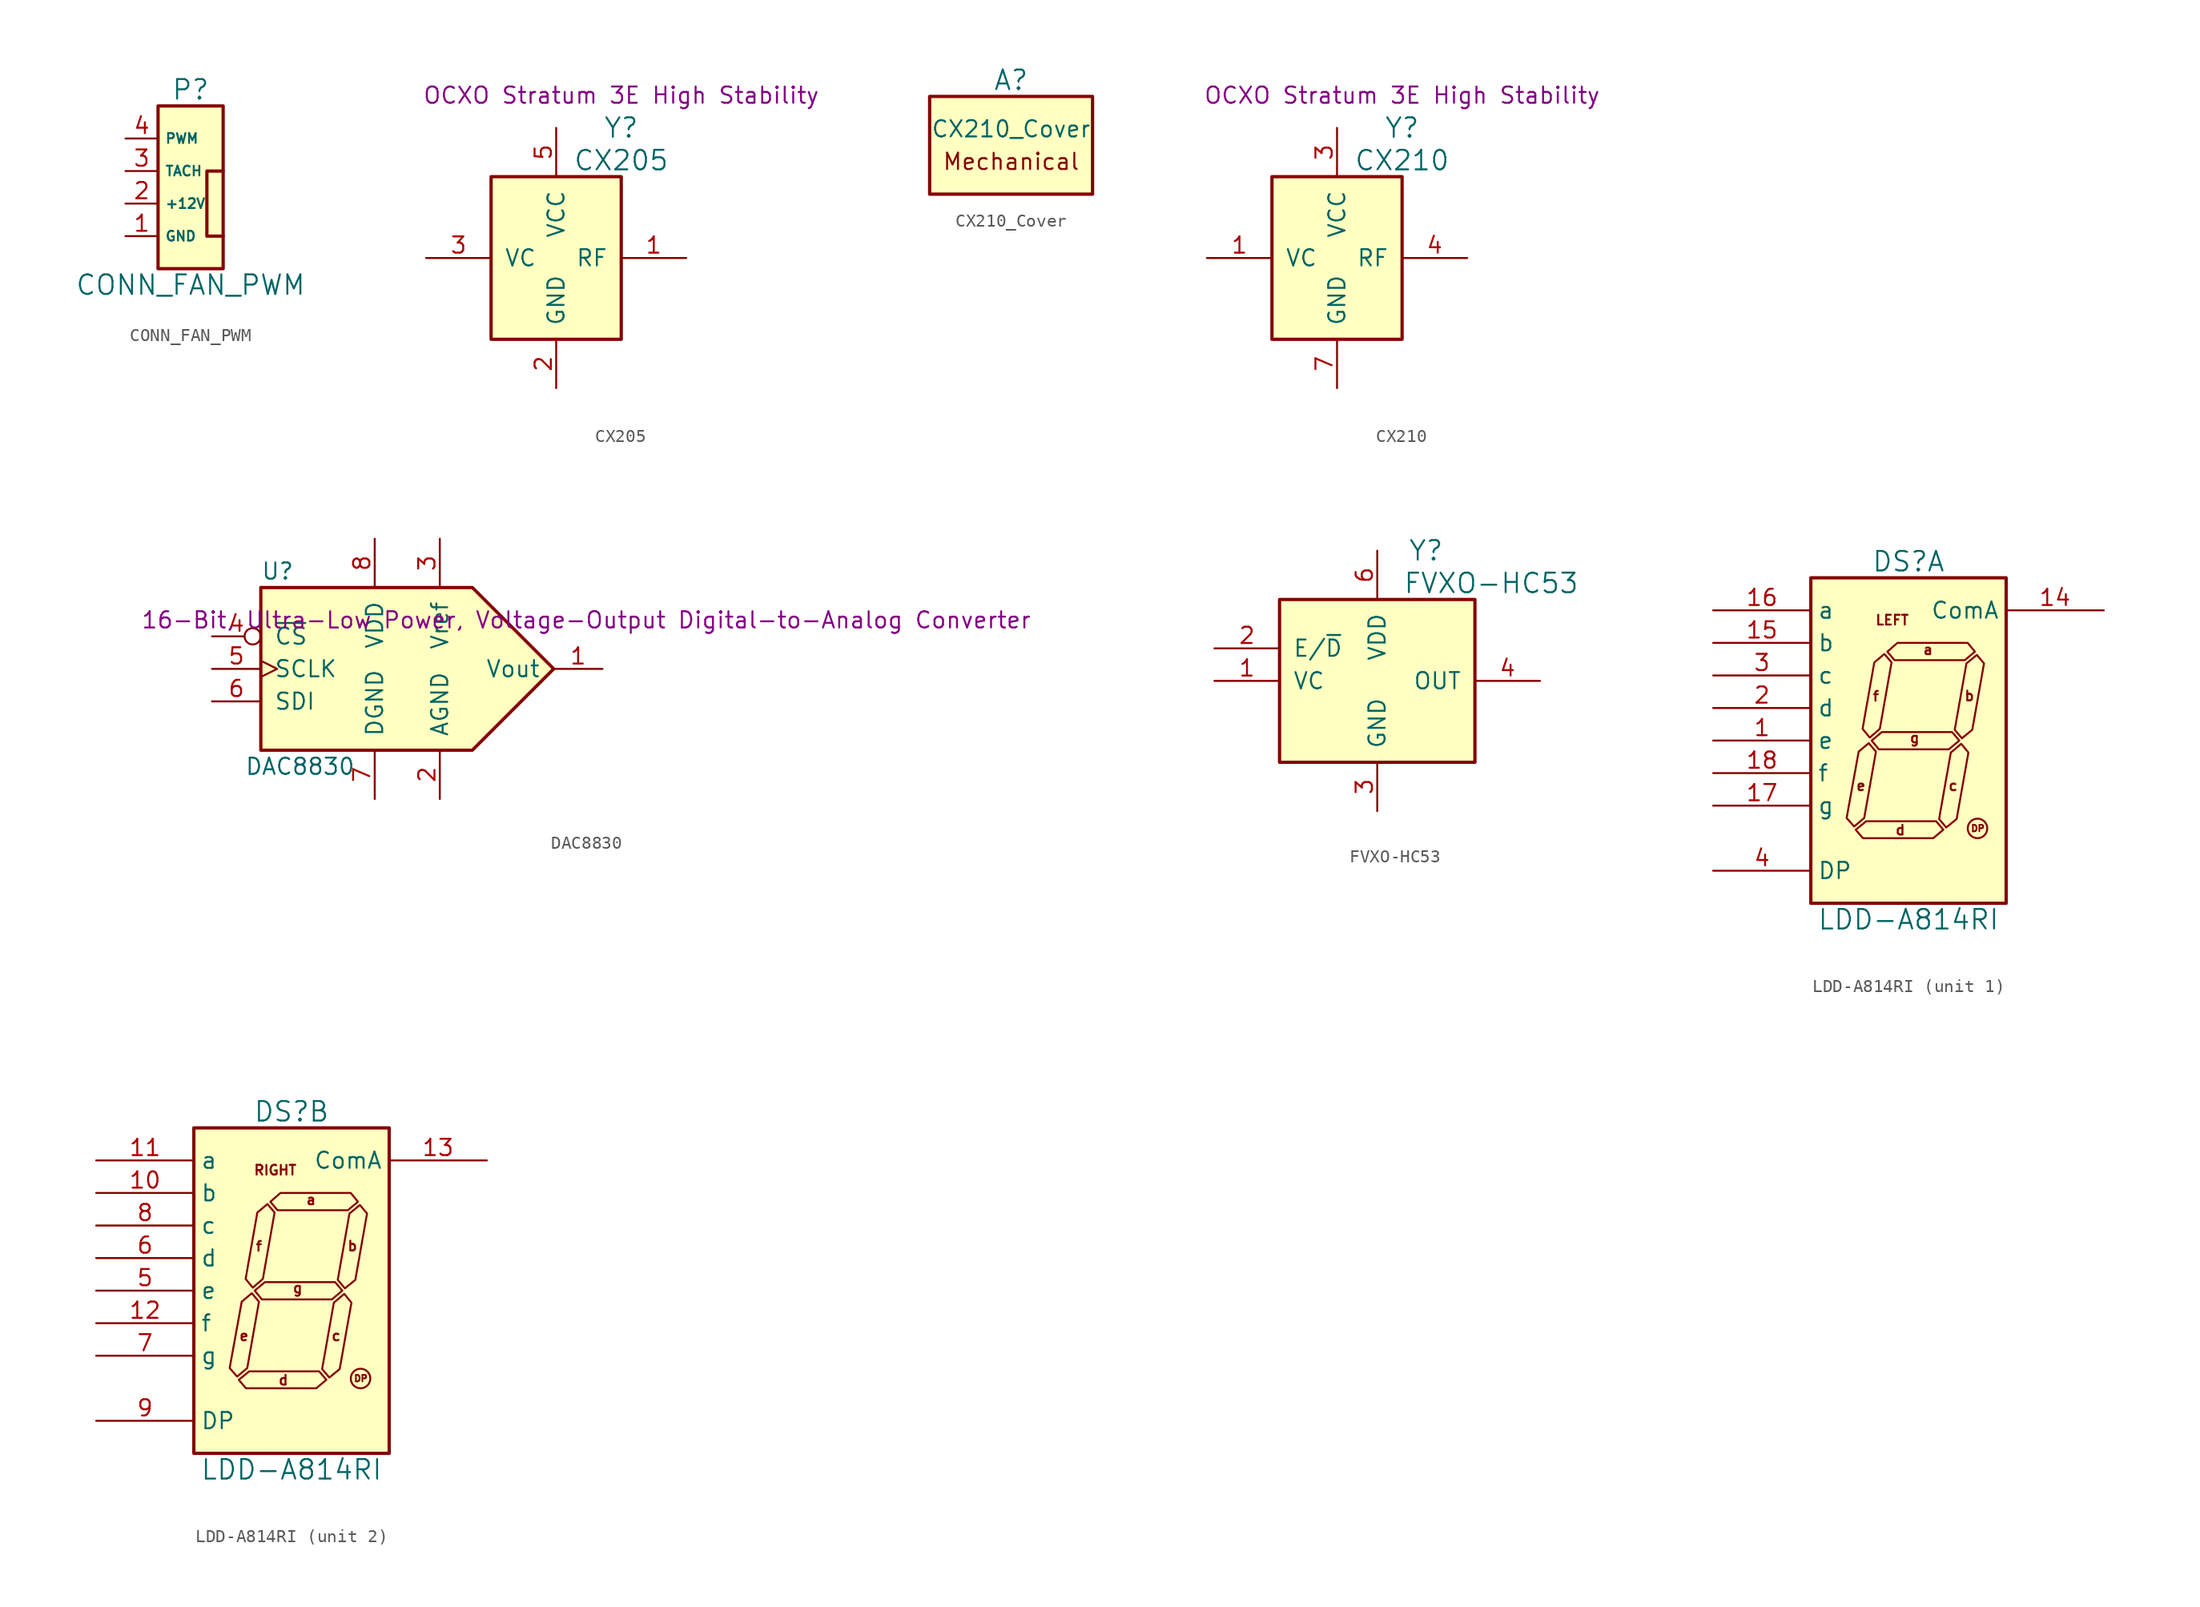
<source format=kicad_sym>
(kicad_symbol_lib
  (version 20231120)
  (generator "kicad_symbol_editor")
  (generator_version "8.0")
  (symbol "CONN_FAN_PWM"
    (property "Reference" "P"
      (at 0 7.62 0)
      (effects (font (size 1.524 1.524))))
    (property "Value" "CONN_FAN_PWM"
      (at 0 -7.62 0)
      (effects (font (size 1.524 1.524))))
    (symbol "CONN_FAN_PWM_0_1"
      (polyline (pts (xy 2.54 1.27) (xy 1.27 1.27) (xy 1.27 -3.81) (xy 2.54 -3.81)) (stroke (width 0.254) (type solid)) (fill (type none))))
    (symbol "CONN_FAN_PWM_1_1"
      (rectangle (start -2.54 6.35) (end 2.54 -6.35) (stroke (width 0.254) (type solid)) (fill (type background)))
      (pin power_in line (at -5.08 -3.81 0) (length 2.54) (name "GND" (effects (font (size 0.762 0.762)))) (number "1" (effects (font (size 1.27 1.27)))))
      (pin power_in line (at -5.08 -1.27 0) (length 2.54) (name "+12V" (effects (font (size 0.762 0.762)))) (number "2" (effects (font (size 1.27 1.27)))))
      (pin output line (at -5.08 1.27 0) (length 2.54) (name "TACH" (effects (font (size 0.762 0.762)))) (number "3" (effects (font (size 1.27 1.27)))))
      (pin input line (at -5.08 3.81 0) (length 2.54) (name "PWM" (effects (font (size 0.762 0.762)))) (number "4" (effects (font (size 1.27 1.27)))))))
  (symbol "CX205"
    (pin_names
      (offset 1.016))
    (property "Reference" "Y"
      (at 5.08 10.16 0)
      (effects (font (size 1.524 1.524))))
    (property "Value" "CX205"
      (at 5.08 7.62 0)
      (effects (font (size 1.524 1.524))))
    (property "Description" "OCXO Stratum 3E High Stability"
      (at 5.08 12.7 0)
      (effects (font (size 1.27 1.27))))
    (symbol "CX205_0_1"
      (rectangle (start -5.08 -6.35) (end 5.08 6.35) (stroke (width 0.254) (type solid)) (fill (type background))))
    (symbol "CX205_1_1"
      (pin output line (at 10.16 0 180) (length 5.08) (name "RF" (effects (font (size 1.27 1.27)))) (number "1" (effects (font (size 1.27 1.27)))))
      (pin power_in line (at 0 -10.16 90) (length 3.81) (name "GND" (effects (font (size 1.27 1.27)))) (number "2" (effects (font (size 1.27 1.27)))))
      (pin input line (at -10.16 0 0) (length 5.08) (name "VC" (effects (font (size 1.27 1.27)))) (number "3" (effects (font (size 1.27 1.27)))))
      (pin no_connect line (at -10.16 -2.54 0) (length 5.08) hide (name "NC" (effects (font (size 1.27 1.27)))) (number "4" (effects (font (size 1.27 1.27)))))
      (pin power_in line (at 0 10.16 270) (length 3.81) (name "VCC" (effects (font (size 1.27 1.27)))) (number "5" (effects (font (size 1.27 1.27)))))))
  (symbol "CX210_Cover"
    (pin_names
      (offset 1.016))
    (property "Reference" "A"
      (at 0 5.08 0)
      (effects (font (size 1.524 1.524))))
    (property "Value" "CX210_Cover"
      (at 0 1.27 0)
      (effects (font (size 1.27 1.27))))
    (symbol "CX210_Cover_0_0"
      (text "Mechanical" (at 0 -1.27 0) (effects (font (size 1.27 1.27)))))
    (symbol "CX210_Cover_1_1"
      (rectangle (start -6.35 3.81) (end 6.35 -3.81) (stroke (width 0.254) (type solid)) (fill (type background)))))
  (symbol "CX210"
    (pin_names
      (offset 1.016))
    (property "Reference" "Y"
      (at 5.08 10.16 0)
      (effects (font (size 1.524 1.524))))
    (property "Value" "CX210"
      (at 5.08 7.62 0)
      (effects (font (size 1.524 1.524))))
    (property "Description" "OCXO Stratum 3E High Stability"
      (at 5.08 12.7 0)
      (effects (font (size 1.27 1.27))))
    (symbol "CX210_1_1"
      (rectangle (start -5.08 6.35) (end 5.08 -6.35) (stroke (width 0.254) (type solid)) (fill (type background)))
      (pin input line (at -10.16 0 0) (length 5.08) (name "VC" (effects (font (size 1.27 1.27)))) (number "1" (effects (font (size 1.27 1.27)))))
      (pin no_connect line (at -10.16 5.08 0) (length 5.08) hide (name "NC" (effects (font (size 1.27 1.27)))) (number "2" (effects (font (size 1.27 1.27)))))
      (pin power_in line (at 0 10.16 270) (length 3.81) (name "VCC" (effects (font (size 1.27 1.27)))) (number "3" (effects (font (size 1.27 1.27)))))
      (pin output line (at 10.16 0 180) (length 5.08) (name "RF" (effects (font (size 1.27 1.27)))) (number "4" (effects (font (size 1.27 1.27)))))
      (pin no_connect line (at -10.16 2.54 0) (length 5.08) hide (name "NC" (effects (font (size 1.27 1.27)))) (number "5" (effects (font (size 1.27 1.27)))))
      (pin no_connect line (at -10.16 -2.54 0) (length 5.08) hide (name "NC" (effects (font (size 1.27 1.27)))) (number "6" (effects (font (size 1.27 1.27)))))
      (pin power_in line (at 0 -10.16 90) (length 3.81) (name "GND" (effects (font (size 1.27 1.27)))) (number "7" (effects (font (size 1.27 1.27)))))))
  (symbol "DAC8830"
    (pin_names
      (offset 1.016))
    (property "Reference" "U"
      (at -11.43 7.62 0)
      (effects (font (size 1.27 1.27)) (justify left)))
    (property "Value" "DAC8830"
      (at -12.7 -7.62 0)
      (effects (font (size 1.27 1.27)) (justify left)))
    (property "Description" "16-Bit, Ultra-Low Power, Voltage-Output Digital-to-Analog Converter"
      (at 13.97 3.81 0)
      (effects (font (size 1.27 1.27))))
    (symbol "DAC8830_1_1"
      (polyline (pts (xy -11.43 6.35) (xy 5.08 6.35) (xy 11.43 0) (xy 5.08 -6.35) (xy -11.43 -6.35) (xy -11.43 6.35)) (stroke (width 0.254) (type solid)) (fill (type background)))
      (pin output line (at 15.24 0 180) (length 3.81) (name "Vout" (effects (font (size 1.27 1.27)))) (number "1" (effects (font (size 1.27 1.27)))))
      (pin power_in line (at 2.54 -10.16 90) (length 3.81) (name "AGND" (effects (font (size 1.27 1.27)))) (number "2" (effects (font (size 1.27 1.27)))))
      (pin power_in line (at 2.54 10.16 270) (length 3.81) (name "Vref" (effects (font (size 1.27 1.27)))) (number "3" (effects (font (size 1.27 1.27)))))
      (pin input inverted (at -15.24 2.54 0) (length 3.81) (name "~{CS}" (effects (font (size 1.27 1.27)))) (number "4" (effects (font (size 1.27 1.27)))))
      (pin input clock (at -15.24 0 0) (length 3.81) (name "SCLK" (effects (font (size 1.27 1.27)))) (number "5" (effects (font (size 1.27 1.27)))))
      (pin input line (at -15.24 -2.54 0) (length 3.81) (name "SDI" (effects (font (size 1.27 1.27)))) (number "6" (effects (font (size 1.27 1.27)))))
      (pin power_in line (at -2.54 -10.16 90) (length 3.81) (name "DGND" (effects (font (size 1.27 1.27)))) (number "7" (effects (font (size 1.27 1.27)))))
      (pin power_in line (at -2.54 10.16 270) (length 3.81) (name "VDD" (effects (font (size 1.27 1.27)))) (number "8" (effects (font (size 1.27 1.27)))))))
  (symbol "FVXO-HC53"
    (pin_names
      (offset 1.016))
    (property "Reference" "Y"
      (at 3.81 10.16 0)
      (effects (font (size 1.524 1.524))))
    (property "Value" "FVXO-HC53"
      (at 8.89 7.62 0)
      (effects (font (size 1.524 1.524))))
    (symbol "FVXO-HC53_1_1"
      (rectangle (start -7.62 6.35) (end 7.62 -6.35) (stroke (width 0.254) (type solid)) (fill (type background)))
      (pin input line (at -12.7 0 0) (length 5.08) (name "VC" (effects (font (size 1.27 1.27)))) (number "1" (effects (font (size 1.27 1.27)))))
      (pin input line (at -12.7 2.54 0) (length 5.08) (name "E/~{D}" (effects (font (size 1.27 1.27)))) (number "2" (effects (font (size 1.27 1.27)))))
      (pin power_in line (at 0 -10.16 90) (length 3.81) (name "GND" (effects (font (size 1.27 1.27)))) (number "3" (effects (font (size 1.27 1.27)))))
      (pin output line (at 12.7 0 180) (length 5.08) (name "OUT" (effects (font (size 1.27 1.27)))) (number "4" (effects (font (size 1.27 1.27)))))
      (pin no_connect line (at -12.7 -2.54 0) (length 5.08) hide (name "NC" (effects (font (size 1.27 1.27)))) (number "5" (effects (font (size 1.27 1.27)))))
      (pin power_in line (at 0 10.16 270) (length 3.81) (name "VDD" (effects (font (size 1.27 1.27)))) (number "6" (effects (font (size 1.27 1.27)))))))
  (symbol "LDD-A814RI"
    (property "Reference" "DS"
      (at 0 13.97 0)
      (effects (font (size 1.524 1.524))))
    (property "Value" "LDD-A814RI"
      (at 0 -13.97 0)
      (effects (font (size 1.524 1.524))))
    (property "ki_locked" ""
      (at 0 0 0)
      (effects (font (size 1.27 1.27))))
    (symbol "LDD-A814RI_0_0"
      (text "a" (at 1.524 7.087 0) (effects (font (size 0.762 0.762))))
      (text "b" (at 4.75 3.48 0) (effects (font (size 0.762 0.762))))
      (text "c" (at 3.48 -3.531 0) (effects (font (size 0.762 0.762))))
      (text "d" (at -0.635 -6.985 0) (effects (font (size 0.762 0.762))))
      (text "DP" (at 5.41 -6.858 0) (effects (font (size 0.508 0.508))))
      (text "e" (at -3.708 -3.531 0) (effects (font (size 0.762 0.762))))
      (text "f" (at -2.54 3.454 0) (effects (font (size 0.762 0.762))))
      (text "g" (at 0.483 0.203 0) (effects (font (size 0.762 0.762)))))
    (symbol "LDD-A814RI_0_1"
      (rectangle (start -7.62 12.7) (end 7.62 -12.7) (stroke (width 0.254) (type solid)) (fill (type background)))
      (polyline (pts (xy -4.826 -6.045) (xy -3.886 -0.864) (xy -3.099 -0.203) (xy -2.54 -0.864) (xy -3.454 -6.045) (xy -4.242 -6.706) (xy -4.826 -6.045)) (stroke (width 0) (type solid)) (fill (type none)))
      (polyline (pts (xy -3.581 0.914) (xy -2.667 6.096) (xy -1.88 6.756) (xy -1.321 6.096) (xy -2.235 0.914) (xy -3.023 0.229) (xy -3.581 0.914)) (stroke (width 0) (type solid)) (fill (type none)))
      (polyline (pts (xy -2.083 0.66) (xy 3.404 0.66) (xy 3.962 0) (xy 3.15 -0.686) (xy -2.311 -0.686) (xy -2.87 0) (xy -2.083 0.66)) (stroke (width 0) (type solid)) (fill (type none)))
      (polyline (pts (xy -0.864 7.62) (xy 4.623 7.62) (xy 5.182 6.934) (xy 4.394 6.274) (xy -1.092 6.274) (xy -1.651 6.934) (xy -0.864 7.62)) (stroke (width 0) (type solid)) (fill (type none)))
      (polyline (pts (xy 1.93 -7.62) (xy -3.556 -7.62) (xy -4.115 -6.96) (xy -3.302 -6.299) (xy 2.159 -6.299) (xy 2.718 -6.96) (xy 1.93 -7.62)) (stroke (width 0) (type solid)) (fill (type none)))
      (polyline (pts (xy 4.674 -0.94) (xy 3.759 -6.121) (xy 2.946 -6.782) (xy 2.388 -6.121) (xy 3.302 -0.94) (xy 4.115 -0.254) (xy 4.674 -0.94)) (stroke (width 0) (type solid)) (fill (type none)))
      (polyline (pts (xy 5.893 6.02) (xy 4.978 0.838) (xy 4.166 0.178) (xy 3.607 0.838) (xy 4.521 6.02) (xy 5.334 6.68) (xy 5.893 6.02)) (stroke (width 0) (type solid)) (fill (type none)))
      (circle (center 5.385 -6.858) (radius 0.762) (stroke (width 0) (type solid)) (fill (type none))))
    (symbol "LDD-A814RI_1_0"
      (text "LEFT" (at -1.27 9.398 0) (effects (font (size 0.762 0.762)))))
    (symbol "LDD-A814RI_1_1"
      (pin input line (at -15.24 0 0) (length 7.62) (name "e" (effects (font (size 1.27 1.27)))) (number "1" (effects (font (size 1.27 1.27)))))
      (pin input line (at 15.24 10.16 180) (length 7.62) (name "ComA" (effects (font (size 1.27 1.27)))) (number "14" (effects (font (size 1.27 1.27)))))
      (pin input line (at -15.24 7.62 0) (length 7.62) (name "b" (effects (font (size 1.27 1.27)))) (number "15" (effects (font (size 1.27 1.27)))))
      (pin input line (at -15.24 10.16 0) (length 7.62) (name "a" (effects (font (size 1.27 1.27)))) (number "16" (effects (font (size 1.27 1.27)))))
      (pin input line (at -15.24 -5.08 0) (length 7.62) (name "g" (effects (font (size 1.27 1.27)))) (number "17" (effects (font (size 1.27 1.27)))))
      (pin input line (at -15.24 -2.54 0) (length 7.62) (name "f" (effects (font (size 1.27 1.27)))) (number "18" (effects (font (size 1.27 1.27)))))
      (pin input line (at -15.24 2.54 0) (length 7.62) (name "d" (effects (font (size 1.27 1.27)))) (number "2" (effects (font (size 1.27 1.27)))))
      (pin input line (at -15.24 5.08 0) (length 7.62) (name "c" (effects (font (size 1.27 1.27)))) (number "3" (effects (font (size 1.27 1.27)))))
      (pin input line (at -15.24 -10.16 0) (length 7.62) (name "DP" (effects (font (size 1.27 1.27)))) (number "4" (effects (font (size 1.27 1.27))))))
    (symbol "LDD-A814RI_2_0"
      (text "RIGHT" (at -1.27 9.398 0) (effects (font (size 0.762 0.762)))))
    (symbol "LDD-A814RI_2_1"
      (pin input line (at -15.24 7.62 0) (length 7.62) (name "b" (effects (font (size 1.27 1.27)))) (number "10" (effects (font (size 1.27 1.27)))))
      (pin input line (at -15.24 10.16 0) (length 7.62) (name "a" (effects (font (size 1.27 1.27)))) (number "11" (effects (font (size 1.27 1.27)))))
      (pin input line (at -15.24 -2.54 0) (length 7.62) (name "f" (effects (font (size 1.27 1.27)))) (number "12" (effects (font (size 1.27 1.27)))))
      (pin input line (at 15.24 10.16 180) (length 7.62) (name "ComA" (effects (font (size 1.27 1.27)))) (number "13" (effects (font (size 1.27 1.27)))))
      (pin input line (at -15.24 0 0) (length 7.62) (name "e" (effects (font (size 1.27 1.27)))) (number "5" (effects (font (size 1.27 1.27)))))
      (pin input line (at -15.24 2.54 0) (length 7.62) (name "d" (effects (font (size 1.27 1.27)))) (number "6" (effects (font (size 1.27 1.27)))))
      (pin input line (at -15.24 -5.08 0) (length 7.62) (name "g" (effects (font (size 1.27 1.27)))) (number "7" (effects (font (size 1.27 1.27)))))
      (pin input line (at -15.24 5.08 0) (length 7.62) (name "c" (effects (font (size 1.27 1.27)))) (number "8" (effects (font (size 1.27 1.27)))))
      (pin input line (at -15.24 -10.16 0) (length 7.62) (name "DP" (effects (font (size 1.27 1.27)))) (number "9" (effects (font (size 1.27 1.27))))))))
</source>
